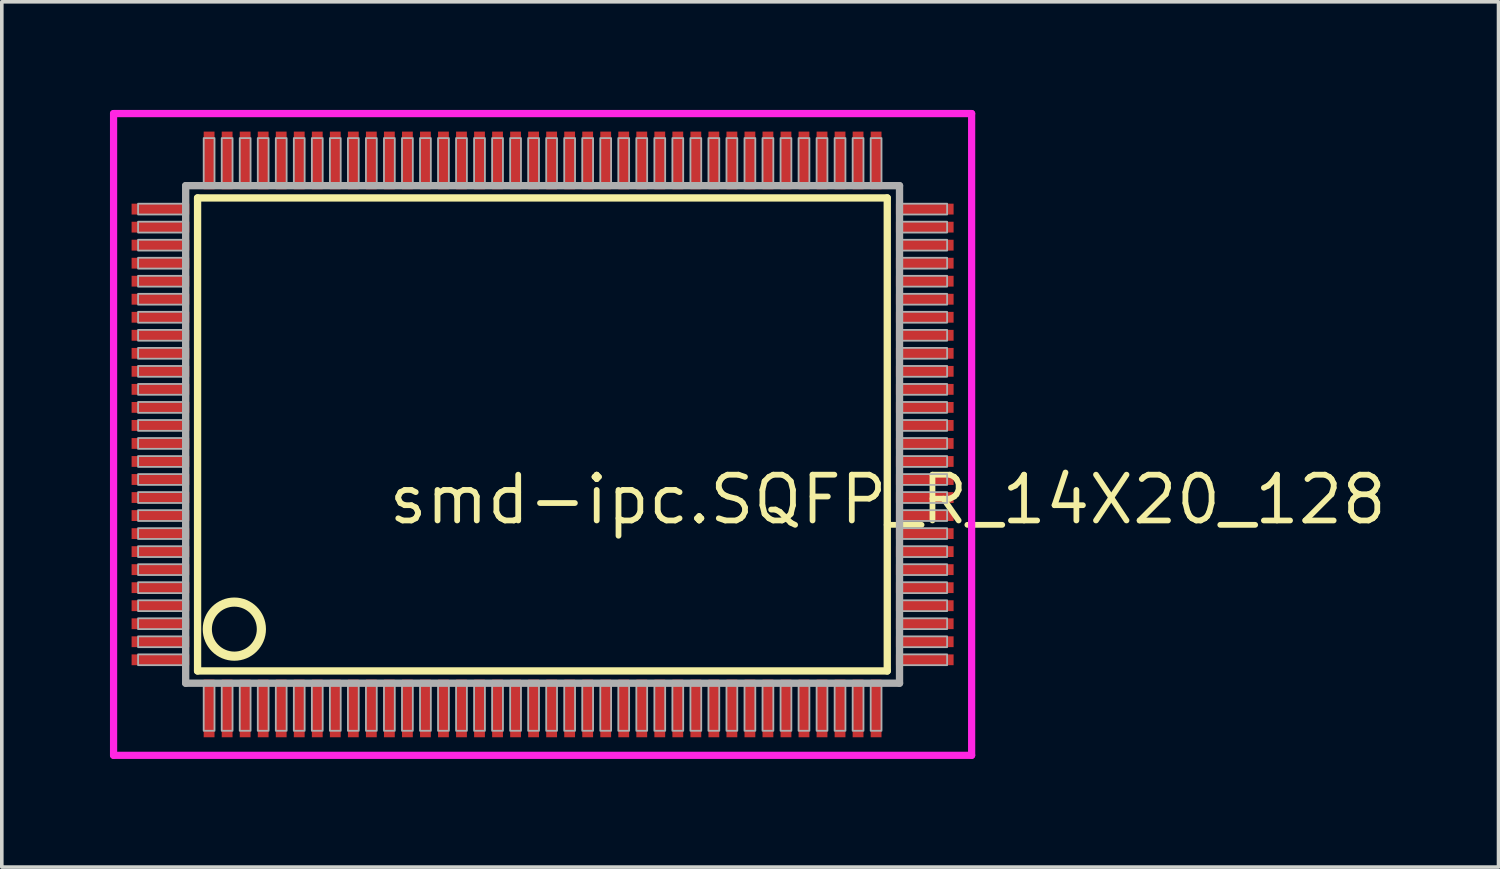
<source format=kicad_pcb>
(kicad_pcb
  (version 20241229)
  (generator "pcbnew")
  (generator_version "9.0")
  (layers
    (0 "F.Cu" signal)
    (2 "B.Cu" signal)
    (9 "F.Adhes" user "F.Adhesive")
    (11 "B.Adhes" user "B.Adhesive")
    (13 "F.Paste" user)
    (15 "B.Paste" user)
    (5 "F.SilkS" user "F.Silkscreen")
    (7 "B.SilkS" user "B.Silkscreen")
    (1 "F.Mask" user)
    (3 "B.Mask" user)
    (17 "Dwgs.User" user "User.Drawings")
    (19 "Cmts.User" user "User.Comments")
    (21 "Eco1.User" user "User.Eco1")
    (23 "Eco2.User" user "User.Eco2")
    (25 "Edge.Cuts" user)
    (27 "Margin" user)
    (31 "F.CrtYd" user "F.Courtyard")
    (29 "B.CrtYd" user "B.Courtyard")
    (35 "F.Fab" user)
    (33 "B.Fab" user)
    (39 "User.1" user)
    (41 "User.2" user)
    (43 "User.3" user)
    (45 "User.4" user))
  (footprint "smd-ipc.SQFP_R_14X20_128"
    (layer "F.Cu")
    (at 12 9)
    (property "Reference" "smd-ipc.SQFP_R_14X20_128" (at -4.35 2.55 0) (layer "F.SilkS") (effects (font (size 1.27 1.27) (thickness 0.16)) (justify left bottom)))
    (attr smd)
    (fp_line (start -9.57 -6.56) (end 9.56 -6.56) (stroke (width 0.203) (type default)) (layer "F.SilkS"))
    (fp_line (start -9.57 6.56) (end -9.57 -6.56) (stroke (width 0.203) (type default)) (layer "F.SilkS"))
    (fp_line (start 9.56 -6.56) (end 9.56 6.56) (stroke (width 0.203) (type default)) (layer "F.SilkS"))
    (fp_line (start 9.56 6.56) (end -9.57 6.56) (stroke (width 0.203) (type default)) (layer "F.SilkS"))
    (fp_circle (center -8.55 5.4) (end -7.8 5.4) (stroke (width 0.254) (type default)) (fill no) (layer "F.SilkS"))
    (fp_line (start -11.9 -8.9) (end 11.9 -8.9) (stroke (width 0.2) (type default)) (layer "F.CrtYd"))
    (fp_line (start -11.9 8.9) (end -11.9 -8.9) (stroke (width 0.2) (type default)) (layer "F.CrtYd"))
    (fp_line (start 11.9 -8.9) (end 11.9 8.9) (stroke (width 0.2) (type default)) (layer "F.CrtYd"))
    (fp_line (start 11.9 8.9) (end -11.9 8.9) (stroke (width 0.2) (type default)) (layer "F.CrtYd"))
    (fp_line (start -9.9 -6.9) (end -9.9 6.9) (stroke (width 0.203) (type default)) (layer "F.Fab"))
    (fp_line (start -9.9 6.9) (end 9.9 6.9) (stroke (width 0.203) (type default)) (layer "F.Fab"))
    (fp_line (start 9.9 -6.9) (end -9.9 -6.9) (stroke (width 0.203) (type default)) (layer "F.Fab"))
    (fp_line (start 9.9 6.9) (end 9.9 -6.9) (stroke (width 0.203) (type default)) (layer "F.Fab"))
    (fp_rect (start -11.22 -6.1) (end -9.95 -6.4) (stroke (width 0.05) (type default)) (fill no) (layer "F.Fab"))
    (fp_rect (start -11.22 -5.6) (end -9.95 -5.9) (stroke (width 0.05) (type default)) (fill no) (layer "F.Fab"))
    (fp_rect (start -11.22 -5.1) (end -9.95 -5.4) (stroke (width 0.05) (type default)) (fill no) (layer "F.Fab"))
    (fp_rect (start -11.22 -4.6) (end -9.95 -4.9) (stroke (width 0.05) (type default)) (fill no) (layer "F.Fab"))
    (fp_rect (start -11.22 -4.1) (end -9.95 -4.4) (stroke (width 0.05) (type default)) (fill no) (layer "F.Fab"))
    (fp_rect (start -11.22 -3.6) (end -9.95 -3.9) (stroke (width 0.05) (type default)) (fill no) (layer "F.Fab"))
    (fp_rect (start -11.22 -3.1) (end -9.95 -3.4) (stroke (width 0.05) (type default)) (fill no) (layer "F.Fab"))
    (fp_rect (start -11.22 -2.6) (end -9.95 -2.9) (stroke (width 0.05) (type default)) (fill no) (layer "F.Fab"))
    (fp_rect (start -11.22 -2.1) (end -9.95 -2.4) (stroke (width 0.05) (type default)) (fill no) (layer "F.Fab"))
    (fp_rect (start -11.22 -1.6) (end -9.95 -1.9) (stroke (width 0.05) (type default)) (fill no) (layer "F.Fab"))
    (fp_rect (start -11.22 -1.1) (end -9.95 -1.4) (stroke (width 0.05) (type default)) (fill no) (layer "F.Fab"))
    (fp_rect (start -11.22 -0.6) (end -9.95 -0.9) (stroke (width 0.05) (type default)) (fill no) (layer "F.Fab"))
    (fp_rect (start -11.22 -0.1) (end -9.95 -0.4) (stroke (width 0.05) (type default)) (fill no) (layer "F.Fab"))
    (fp_rect (start -11.22 0.4) (end -9.95 0.1) (stroke (width 0.05) (type default)) (fill no) (layer "F.Fab"))
    (fp_rect (start -11.22 0.9) (end -9.95 0.6) (stroke (width 0.05) (type default)) (fill no) (layer "F.Fab"))
    (fp_rect (start -11.22 1.4) (end -9.95 1.1) (stroke (width 0.05) (type default)) (fill no) (layer "F.Fab"))
    (fp_rect (start -11.22 1.9) (end -9.95 1.6) (stroke (width 0.05) (type default)) (fill no) (layer "F.Fab"))
    (fp_rect (start -11.22 2.4) (end -9.95 2.1) (stroke (width 0.05) (type default)) (fill no) (layer "F.Fab"))
    (fp_rect (start -11.22 2.9) (end -9.95 2.6) (stroke (width 0.05) (type default)) (fill no) (layer "F.Fab"))
    (fp_rect (start -11.22 3.4) (end -9.95 3.1) (stroke (width 0.05) (type default)) (fill no) (layer "F.Fab"))
    (fp_rect (start -11.22 3.9) (end -9.95 3.6) (stroke (width 0.05) (type default)) (fill no) (layer "F.Fab"))
    (fp_rect (start -11.22 4.4) (end -9.95 4.1) (stroke (width 0.05) (type default)) (fill no) (layer "F.Fab"))
    (fp_rect (start -11.22 4.9) (end -9.95 4.6) (stroke (width 0.05) (type default)) (fill no) (layer "F.Fab"))
    (fp_rect (start -11.22 5.4) (end -9.95 5.1) (stroke (width 0.05) (type default)) (fill no) (layer "F.Fab"))
    (fp_rect (start -11.22 5.9) (end -9.95 5.6) (stroke (width 0.05) (type default)) (fill no) (layer "F.Fab"))
    (fp_rect (start -11.22 6.4) (end -9.95 6.1) (stroke (width 0.05) (type default)) (fill no) (layer "F.Fab"))
    (fp_rect (start -9.4 -6.95) (end -9.1 -8.22) (stroke (width 0.05) (type default)) (fill no) (layer "F.Fab"))
    (fp_rect (start -9.4 8.22) (end -9.1 6.95) (stroke (width 0.05) (type default)) (fill no) (layer "F.Fab"))
    (fp_rect (start -8.9 -6.95) (end -8.6 -8.22) (stroke (width 0.05) (type default)) (fill no) (layer "F.Fab"))
    (fp_rect (start -8.9 8.22) (end -8.6 6.95) (stroke (width 0.05) (type default)) (fill no) (layer "F.Fab"))
    (fp_rect (start -8.4 -6.95) (end -8.1 -8.22) (stroke (width 0.05) (type default)) (fill no) (layer "F.Fab"))
    (fp_rect (start -8.4 8.22) (end -8.1 6.95) (stroke (width 0.05) (type default)) (fill no) (layer "F.Fab"))
    (fp_rect (start -7.9 -6.95) (end -7.6 -8.22) (stroke (width 0.05) (type default)) (fill no) (layer "F.Fab"))
    (fp_rect (start -7.9 8.22) (end -7.6 6.95) (stroke (width 0.05) (type default)) (fill no) (layer "F.Fab"))
    (fp_rect (start -7.4 -6.95) (end -7.1 -8.22) (stroke (width 0.05) (type default)) (fill no) (layer "F.Fab"))
    (fp_rect (start -7.4 8.22) (end -7.1 6.95) (stroke (width 0.05) (type default)) (fill no) (layer "F.Fab"))
    (fp_rect (start -6.9 -6.95) (end -6.6 -8.22) (stroke (width 0.05) (type default)) (fill no) (layer "F.Fab"))
    (fp_rect (start -6.9 8.22) (end -6.6 6.95) (stroke (width 0.05) (type default)) (fill no) (layer "F.Fab"))
    (fp_rect (start -6.4 -6.95) (end -6.1 -8.22) (stroke (width 0.05) (type default)) (fill no) (layer "F.Fab"))
    (fp_rect (start -6.4 8.22) (end -6.1 6.95) (stroke (width 0.05) (type default)) (fill no) (layer "F.Fab"))
    (fp_rect (start -5.9 -6.95) (end -5.6 -8.22) (stroke (width 0.05) (type default)) (fill no) (layer "F.Fab"))
    (fp_rect (start -5.9 8.22) (end -5.6 6.95) (stroke (width 0.05) (type default)) (fill no) (layer "F.Fab"))
    (fp_rect (start -5.4 -6.95) (end -5.1 -8.22) (stroke (width 0.05) (type default)) (fill no) (layer "F.Fab"))
    (fp_rect (start -5.4 8.22) (end -5.1 6.95) (stroke (width 0.05) (type default)) (fill no) (layer "F.Fab"))
    (fp_rect (start -4.9 -6.95) (end -4.6 -8.22) (stroke (width 0.05) (type default)) (fill no) (layer "F.Fab"))
    (fp_rect (start -4.9 8.22) (end -4.6 6.95) (stroke (width 0.05) (type default)) (fill no) (layer "F.Fab"))
    (fp_rect (start -4.4 -6.95) (end -4.1 -8.22) (stroke (width 0.05) (type default)) (fill no) (layer "F.Fab"))
    (fp_rect (start -4.4 8.22) (end -4.1 6.95) (stroke (width 0.05) (type default)) (fill no) (layer "F.Fab"))
    (fp_rect (start -3.9 -6.95) (end -3.6 -8.22) (stroke (width 0.05) (type default)) (fill no) (layer "F.Fab"))
    (fp_rect (start -3.9 8.22) (end -3.6 6.95) (stroke (width 0.05) (type default)) (fill no) (layer "F.Fab"))
    (fp_rect (start -3.4 -6.95) (end -3.1 -8.22) (stroke (width 0.05) (type default)) (fill no) (layer "F.Fab"))
    (fp_rect (start -3.4 8.22) (end -3.1 6.95) (stroke (width 0.05) (type default)) (fill no) (layer "F.Fab"))
    (fp_rect (start -2.9 -6.95) (end -2.6 -8.22) (stroke (width 0.05) (type default)) (fill no) (layer "F.Fab"))
    (fp_rect (start -2.9 8.22) (end -2.6 6.95) (stroke (width 0.05) (type default)) (fill no) (layer "F.Fab"))
    (fp_rect (start -2.4 -6.95) (end -2.1 -8.22) (stroke (width 0.05) (type default)) (fill no) (layer "F.Fab"))
    (fp_rect (start -2.4 8.22) (end -2.1 6.95) (stroke (width 0.05) (type default)) (fill no) (layer "F.Fab"))
    (fp_rect (start -1.9 -6.95) (end -1.6 -8.22) (stroke (width 0.05) (type default)) (fill no) (layer "F.Fab"))
    (fp_rect (start -1.9 8.22) (end -1.6 6.95) (stroke (width 0.05) (type default)) (fill no) (layer "F.Fab"))
    (fp_rect (start -1.4 -6.95) (end -1.1 -8.22) (stroke (width 0.05) (type default)) (fill no) (layer "F.Fab"))
    (fp_rect (start -1.4 8.22) (end -1.1 6.95) (stroke (width 0.05) (type default)) (fill no) (layer "F.Fab"))
    (fp_rect (start -0.9 -6.95) (end -0.6 -8.22) (stroke (width 0.05) (type default)) (fill no) (layer "F.Fab"))
    (fp_rect (start -0.9 8.22) (end -0.6 6.95) (stroke (width 0.05) (type default)) (fill no) (layer "F.Fab"))
    (fp_rect (start -0.4 -6.95) (end -0.1 -8.22) (stroke (width 0.05) (type default)) (fill no) (layer "F.Fab"))
    (fp_rect (start -0.4 8.22) (end -0.1 6.95) (stroke (width 0.05) (type default)) (fill no) (layer "F.Fab"))
    (fp_rect (start 0.1 -6.95) (end 0.4 -8.22) (stroke (width 0.05) (type default)) (fill no) (layer "F.Fab"))
    (fp_rect (start 0.1 8.22) (end 0.4 6.95) (stroke (width 0.05) (type default)) (fill no) (layer "F.Fab"))
    (fp_rect (start 0.6 -6.95) (end 0.9 -8.22) (stroke (width 0.05) (type default)) (fill no) (layer "F.Fab"))
    (fp_rect (start 0.6 8.22) (end 0.9 6.95) (stroke (width 0.05) (type default)) (fill no) (layer "F.Fab"))
    (fp_rect (start 1.1 -6.95) (end 1.4 -8.22) (stroke (width 0.05) (type default)) (fill no) (layer "F.Fab"))
    (fp_rect (start 1.1 8.22) (end 1.4 6.95) (stroke (width 0.05) (type default)) (fill no) (layer "F.Fab"))
    (fp_rect (start 1.6 -6.95) (end 1.9 -8.22) (stroke (width 0.05) (type default)) (fill no) (layer "F.Fab"))
    (fp_rect (start 1.6 8.22) (end 1.9 6.95) (stroke (width 0.05) (type default)) (fill no) (layer "F.Fab"))
    (fp_rect (start 2.1 -6.95) (end 2.4 -8.22) (stroke (width 0.05) (type default)) (fill no) (layer "F.Fab"))
    (fp_rect (start 2.1 8.22) (end 2.4 6.95) (stroke (width 0.05) (type default)) (fill no) (layer "F.Fab"))
    (fp_rect (start 2.6 -6.95) (end 2.9 -8.22) (stroke (width 0.05) (type default)) (fill no) (layer "F.Fab"))
    (fp_rect (start 2.6 8.22) (end 2.9 6.95) (stroke (width 0.05) (type default)) (fill no) (layer "F.Fab"))
    (fp_rect (start 3.1 -6.95) (end 3.4 -8.22) (stroke (width 0.05) (type default)) (fill no) (layer "F.Fab"))
    (fp_rect (start 3.1 8.22) (end 3.4 6.95) (stroke (width 0.05) (type default)) (fill no) (layer "F.Fab"))
    (fp_rect (start 3.6 -6.95) (end 3.9 -8.22) (stroke (width 0.05) (type default)) (fill no) (layer "F.Fab"))
    (fp_rect (start 3.6 8.22) (end 3.9 6.95) (stroke (width 0.05) (type default)) (fill no) (layer "F.Fab"))
    (fp_rect (start 4.1 -6.95) (end 4.4 -8.22) (stroke (width 0.05) (type default)) (fill no) (layer "F.Fab"))
    (fp_rect (start 4.1 8.22) (end 4.4 6.95) (stroke (width 0.05) (type default)) (fill no) (layer "F.Fab"))
    (fp_rect (start 4.6 -6.95) (end 4.9 -8.22) (stroke (width 0.05) (type default)) (fill no) (layer "F.Fab"))
    (fp_rect (start 4.6 8.22) (end 4.9 6.95) (stroke (width 0.05) (type default)) (fill no) (layer "F.Fab"))
    (fp_rect (start 5.1 -6.95) (end 5.4 -8.22) (stroke (width 0.05) (type default)) (fill no) (layer "F.Fab"))
    (fp_rect (start 5.1 8.22) (end 5.4 6.95) (stroke (width 0.05) (type default)) (fill no) (layer "F.Fab"))
    (fp_rect (start 5.6 -6.95) (end 5.9 -8.22) (stroke (width 0.05) (type default)) (fill no) (layer "F.Fab"))
    (fp_rect (start 5.6 8.22) (end 5.9 6.95) (stroke (width 0.05) (type default)) (fill no) (layer "F.Fab"))
    (fp_rect (start 6.1 -6.95) (end 6.4 -8.22) (stroke (width 0.05) (type default)) (fill no) (layer "F.Fab"))
    (fp_rect (start 6.1 8.22) (end 6.4 6.95) (stroke (width 0.05) (type default)) (fill no) (layer "F.Fab"))
    (fp_rect (start 6.6 -6.95) (end 6.9 -8.22) (stroke (width 0.05) (type default)) (fill no) (layer "F.Fab"))
    (fp_rect (start 6.6 8.22) (end 6.9 6.95) (stroke (width 0.05) (type default)) (fill no) (layer "F.Fab"))
    (fp_rect (start 7.1 -6.95) (end 7.4 -8.22) (stroke (width 0.05) (type default)) (fill no) (layer "F.Fab"))
    (fp_rect (start 7.1 8.22) (end 7.4 6.95) (stroke (width 0.05) (type default)) (fill no) (layer "F.Fab"))
    (fp_rect (start 7.6 -6.95) (end 7.9 -8.22) (stroke (width 0.05) (type default)) (fill no) (layer "F.Fab"))
    (fp_rect (start 7.6 8.22) (end 7.9 6.95) (stroke (width 0.05) (type default)) (fill no) (layer "F.Fab"))
    (fp_rect (start 8.1 -6.95) (end 8.4 -8.22) (stroke (width 0.05) (type default)) (fill no) (layer "F.Fab"))
    (fp_rect (start 8.1 8.22) (end 8.4 6.95) (stroke (width 0.05) (type default)) (fill no) (layer "F.Fab"))
    (fp_rect (start 8.6 -6.95) (end 8.9 -8.22) (stroke (width 0.05) (type default)) (fill no) (layer "F.Fab"))
    (fp_rect (start 8.6 8.22) (end 8.9 6.95) (stroke (width 0.05) (type default)) (fill no) (layer "F.Fab"))
    (fp_rect (start 9.1 -6.95) (end 9.4 -8.22) (stroke (width 0.05) (type default)) (fill no) (layer "F.Fab"))
    (fp_rect (start 9.1 8.22) (end 9.4 6.95) (stroke (width 0.05) (type default)) (fill no) (layer "F.Fab"))
    (fp_rect (start 9.95 -6.1) (end 11.22 -6.4) (stroke (width 0.05) (type default)) (fill no) (layer "F.Fab"))
    (fp_rect (start 9.95 -5.6) (end 11.22 -5.9) (stroke (width 0.05) (type default)) (fill no) (layer "F.Fab"))
    (fp_rect (start 9.95 -5.1) (end 11.22 -5.4) (stroke (width 0.05) (type default)) (fill no) (layer "F.Fab"))
    (fp_rect (start 9.95 -4.6) (end 11.22 -4.9) (stroke (width 0.05) (type default)) (fill no) (layer "F.Fab"))
    (fp_rect (start 9.95 -4.1) (end 11.22 -4.4) (stroke (width 0.05) (type default)) (fill no) (layer "F.Fab"))
    (fp_rect (start 9.95 -3.6) (end 11.22 -3.9) (stroke (width 0.05) (type default)) (fill no) (layer "F.Fab"))
    (fp_rect (start 9.95 -3.1) (end 11.22 -3.4) (stroke (width 0.05) (type default)) (fill no) (layer "F.Fab"))
    (fp_rect (start 9.95 -2.6) (end 11.22 -2.9) (stroke (width 0.05) (type default)) (fill no) (layer "F.Fab"))
    (fp_rect (start 9.95 -2.1) (end 11.22 -2.4) (stroke (width 0.05) (type default)) (fill no) (layer "F.Fab"))
    (fp_rect (start 9.95 -1.6) (end 11.22 -1.9) (stroke (width 0.05) (type default)) (fill no) (layer "F.Fab"))
    (fp_rect (start 9.95 -1.1) (end 11.22 -1.4) (stroke (width 0.05) (type default)) (fill no) (layer "F.Fab"))
    (fp_rect (start 9.95 -0.6) (end 11.22 -0.9) (stroke (width 0.05) (type default)) (fill no) (layer "F.Fab"))
    (fp_rect (start 9.95 -0.1) (end 11.22 -0.4) (stroke (width 0.05) (type default)) (fill no) (layer "F.Fab"))
    (fp_rect (start 9.95 0.4) (end 11.22 0.1) (stroke (width 0.05) (type default)) (fill no) (layer "F.Fab"))
    (fp_rect (start 9.95 0.9) (end 11.22 0.6) (stroke (width 0.05) (type default)) (fill no) (layer "F.Fab"))
    (fp_rect (start 9.95 1.4) (end 11.22 1.1) (stroke (width 0.05) (type default)) (fill no) (layer "F.Fab"))
    (fp_rect (start 9.95 1.9) (end 11.22 1.6) (stroke (width 0.05) (type default)) (fill no) (layer "F.Fab"))
    (fp_rect (start 9.95 2.4) (end 11.22 2.1) (stroke (width 0.05) (type default)) (fill no) (layer "F.Fab"))
    (fp_rect (start 9.95 2.9) (end 11.22 2.6) (stroke (width 0.05) (type default)) (fill no) (layer "F.Fab"))
    (fp_rect (start 9.95 3.4) (end 11.22 3.1) (stroke (width 0.05) (type default)) (fill no) (layer "F.Fab"))
    (fp_rect (start 9.95 3.9) (end 11.22 3.6) (stroke (width 0.05) (type default)) (fill no) (layer "F.Fab"))
    (fp_rect (start 9.95 4.4) (end 11.22 4.1) (stroke (width 0.05) (type default)) (fill no) (layer "F.Fab"))
    (fp_rect (start 9.95 4.9) (end 11.22 4.6) (stroke (width 0.05) (type default)) (fill no) (layer "F.Fab"))
    (fp_rect (start 9.95 5.4) (end 11.22 5.1) (stroke (width 0.05) (type default)) (fill no) (layer "F.Fab"))
    (fp_rect (start 9.95 5.9) (end 11.22 5.6) (stroke (width 0.05) (type default)) (fill no) (layer "F.Fab"))
    (fp_rect (start 9.95 6.4) (end 11.22 6.1) (stroke (width 0.05) (type default)) (fill no) (layer "F.Fab"))
    (pad "1" smd roundrect (at -9.25 7.6) (size 0.3 1.6) (layers "F.Cu" "F.Mask" "F.Paste") (roundrect_rratio 0.01))
    (pad "2" smd roundrect (at -8.75 7.6) (size 0.3 1.6) (layers "F.Cu" "F.Mask" "F.Paste") (roundrect_rratio 0.01))
    (pad "3" smd roundrect (at -8.25 7.6) (size 0.3 1.6) (layers "F.Cu" "F.Mask" "F.Paste") (roundrect_rratio 0.01))
    (pad "4" smd roundrect (at -7.75 7.6) (size 0.3 1.6) (layers "F.Cu" "F.Mask" "F.Paste") (roundrect_rratio 0.01))
    (pad "5" smd roundrect (at -7.25 7.6) (size 0.3 1.6) (layers "F.Cu" "F.Mask" "F.Paste") (roundrect_rratio 0.01))
    (pad "6" smd roundrect (at -6.75 7.6) (size 0.3 1.6) (layers "F.Cu" "F.Mask" "F.Paste") (roundrect_rratio 0.01))
    (pad "7" smd roundrect (at -6.25 7.6) (size 0.3 1.6) (layers "F.Cu" "F.Mask" "F.Paste") (roundrect_rratio 0.01))
    (pad "8" smd roundrect (at -5.75 7.6) (size 0.3 1.6) (layers "F.Cu" "F.Mask" "F.Paste") (roundrect_rratio 0.01))
    (pad "9" smd roundrect (at -5.25 7.6) (size 0.3 1.6) (layers "F.Cu" "F.Mask" "F.Paste") (roundrect_rratio 0.01))
    (pad "10" smd roundrect (at -4.75 7.6) (size 0.3 1.6) (layers "F.Cu" "F.Mask" "F.Paste") (roundrect_rratio 0.01))
    (pad "11" smd roundrect (at -4.25 7.6) (size 0.3 1.6) (layers "F.Cu" "F.Mask" "F.Paste") (roundrect_rratio 0.01))
    (pad "12" smd roundrect (at -3.75 7.6) (size 0.3 1.6) (layers "F.Cu" "F.Mask" "F.Paste") (roundrect_rratio 0.01))
    (pad "13" smd roundrect (at -3.25 7.6) (size 0.3 1.6) (layers "F.Cu" "F.Mask" "F.Paste") (roundrect_rratio 0.01))
    (pad "14" smd roundrect (at -2.75 7.6) (size 0.3 1.6) (layers "F.Cu" "F.Mask" "F.Paste") (roundrect_rratio 0.01))
    (pad "15" smd roundrect (at -2.25 7.6) (size 0.3 1.6) (layers "F.Cu" "F.Mask" "F.Paste") (roundrect_rratio 0.01))
    (pad "16" smd roundrect (at -1.75 7.6) (size 0.3 1.6) (layers "F.Cu" "F.Mask" "F.Paste") (roundrect_rratio 0.01))
    (pad "17" smd roundrect (at -1.25 7.6) (size 0.3 1.6) (layers "F.Cu" "F.Mask" "F.Paste") (roundrect_rratio 0.01))
    (pad "18" smd roundrect (at -0.75 7.6) (size 0.3 1.6) (layers "F.Cu" "F.Mask" "F.Paste") (roundrect_rratio 0.01))
    (pad "19" smd roundrect (at -0.25 7.6) (size 0.3 1.6) (layers "F.Cu" "F.Mask" "F.Paste") (roundrect_rratio 0.01))
    (pad "20" smd roundrect (at 0.25 7.6) (size 0.3 1.6) (layers "F.Cu" "F.Mask" "F.Paste") (roundrect_rratio 0.01))
    (pad "21" smd roundrect (at 0.75 7.6) (size 0.3 1.6) (layers "F.Cu" "F.Mask" "F.Paste") (roundrect_rratio 0.01))
    (pad "22" smd roundrect (at 1.25 7.6) (size 0.3 1.6) (layers "F.Cu" "F.Mask" "F.Paste") (roundrect_rratio 0.01))
    (pad "23" smd roundrect (at 1.75 7.6) (size 0.3 1.6) (layers "F.Cu" "F.Mask" "F.Paste") (roundrect_rratio 0.01))
    (pad "24" smd roundrect (at 2.25 7.6) (size 0.3 1.6) (layers "F.Cu" "F.Mask" "F.Paste") (roundrect_rratio 0.01))
    (pad "25" smd roundrect (at 2.75 7.6) (size 0.3 1.6) (layers "F.Cu" "F.Mask" "F.Paste") (roundrect_rratio 0.01))
    (pad "26" smd roundrect (at 3.25 7.6) (size 0.3 1.6) (layers "F.Cu" "F.Mask" "F.Paste") (roundrect_rratio 0.01))
    (pad "27" smd roundrect (at 3.75 7.6) (size 0.3 1.6) (layers "F.Cu" "F.Mask" "F.Paste") (roundrect_rratio 0.01))
    (pad "28" smd roundrect (at 4.25 7.6) (size 0.3 1.6) (layers "F.Cu" "F.Mask" "F.Paste") (roundrect_rratio 0.01))
    (pad "29" smd roundrect (at 4.75 7.6) (size 0.3 1.6) (layers "F.Cu" "F.Mask" "F.Paste") (roundrect_rratio 0.01))
    (pad "30" smd roundrect (at 5.25 7.6) (size 0.3 1.6) (layers "F.Cu" "F.Mask" "F.Paste") (roundrect_rratio 0.01))
    (pad "31" smd roundrect (at 5.75 7.6) (size 0.3 1.6) (layers "F.Cu" "F.Mask" "F.Paste") (roundrect_rratio 0.01))
    (pad "32" smd roundrect (at 6.25 7.6) (size 0.3 1.6) (layers "F.Cu" "F.Mask" "F.Paste") (roundrect_rratio 0.01))
    (pad "33" smd roundrect (at 6.75 7.6) (size 0.3 1.6) (layers "F.Cu" "F.Mask" "F.Paste") (roundrect_rratio 0.01))
    (pad "34" smd roundrect (at 7.25 7.6) (size 0.3 1.6) (layers "F.Cu" "F.Mask" "F.Paste") (roundrect_rratio 0.01))
    (pad "35" smd roundrect (at 7.75 7.6) (size 0.3 1.6) (layers "F.Cu" "F.Mask" "F.Paste") (roundrect_rratio 0.01))
    (pad "36" smd roundrect (at 8.25 7.6) (size 0.3 1.6) (layers "F.Cu" "F.Mask" "F.Paste") (roundrect_rratio 0.01))
    (pad "37" smd roundrect (at 8.75 7.6) (size 0.3 1.6) (layers "F.Cu" "F.Mask" "F.Paste") (roundrect_rratio 0.01))
    (pad "38" smd roundrect (at 9.25 7.6) (size 0.3 1.6) (layers "F.Cu" "F.Mask" "F.Paste") (roundrect_rratio 0.01))
    (pad "39" smd roundrect (at 10.6 6.25) (size 1.6 0.3) (layers "F.Cu" "F.Mask" "F.Paste") (roundrect_rratio 0.01))
    (pad "40" smd roundrect (at 10.6 5.75) (size 1.6 0.3) (layers "F.Cu" "F.Mask" "F.Paste") (roundrect_rratio 0.01))
    (pad "41" smd roundrect (at 10.6 5.25) (size 1.6 0.3) (layers "F.Cu" "F.Mask" "F.Paste") (roundrect_rratio 0.01))
    (pad "42" smd roundrect (at 10.6 4.75) (size 1.6 0.3) (layers "F.Cu" "F.Mask" "F.Paste") (roundrect_rratio 0.01))
    (pad "43" smd roundrect (at 10.6 4.25) (size 1.6 0.3) (layers "F.Cu" "F.Mask" "F.Paste") (roundrect_rratio 0.01))
    (pad "44" smd roundrect (at 10.6 3.75) (size 1.6 0.3) (layers "F.Cu" "F.Mask" "F.Paste") (roundrect_rratio 0.01))
    (pad "45" smd roundrect (at 10.6 3.25) (size 1.6 0.3) (layers "F.Cu" "F.Mask" "F.Paste") (roundrect_rratio 0.01))
    (pad "46" smd roundrect (at 10.6 2.75) (size 1.6 0.3) (layers "F.Cu" "F.Mask" "F.Paste") (roundrect_rratio 0.01))
    (pad "47" smd roundrect (at 10.6 2.25) (size 1.6 0.3) (layers "F.Cu" "F.Mask" "F.Paste") (roundrect_rratio 0.01))
    (pad "48" smd roundrect (at 10.6 1.75) (size 1.6 0.3) (layers "F.Cu" "F.Mask" "F.Paste") (roundrect_rratio 0.01))
    (pad "49" smd roundrect (at 10.6 1.25) (size 1.6 0.3) (layers "F.Cu" "F.Mask" "F.Paste") (roundrect_rratio 0.01))
    (pad "50" smd roundrect (at 10.6 0.75) (size 1.6 0.3) (layers "F.Cu" "F.Mask" "F.Paste") (roundrect_rratio 0.01))
    (pad "51" smd roundrect (at 10.6 0.25) (size 1.6 0.3) (layers "F.Cu" "F.Mask" "F.Paste") (roundrect_rratio 0.01))
    (pad "52" smd roundrect (at 10.6 -0.25) (size 1.6 0.3) (layers "F.Cu" "F.Mask" "F.Paste") (roundrect_rratio 0.01))
    (pad "53" smd roundrect (at 10.6 -0.75) (size 1.6 0.3) (layers "F.Cu" "F.Mask" "F.Paste") (roundrect_rratio 0.01))
    (pad "54" smd roundrect (at 10.6 -1.25) (size 1.6 0.3) (layers "F.Cu" "F.Mask" "F.Paste") (roundrect_rratio 0.01))
    (pad "55" smd roundrect (at 10.6 -1.75) (size 1.6 0.3) (layers "F.Cu" "F.Mask" "F.Paste") (roundrect_rratio 0.01))
    (pad "56" smd roundrect (at 10.6 -2.25) (size 1.6 0.3) (layers "F.Cu" "F.Mask" "F.Paste") (roundrect_rratio 0.01))
    (pad "57" smd roundrect (at 10.6 -2.75) (size 1.6 0.3) (layers "F.Cu" "F.Mask" "F.Paste") (roundrect_rratio 0.01))
    (pad "58" smd roundrect (at 10.6 -3.25) (size 1.6 0.3) (layers "F.Cu" "F.Mask" "F.Paste") (roundrect_rratio 0.01))
    (pad "59" smd roundrect (at 10.6 -3.75) (size 1.6 0.3) (layers "F.Cu" "F.Mask" "F.Paste") (roundrect_rratio 0.01))
    (pad "60" smd roundrect (at 10.6 -4.25) (size 1.6 0.3) (layers "F.Cu" "F.Mask" "F.Paste") (roundrect_rratio 0.01))
    (pad "61" smd roundrect (at 10.6 -4.75) (size 1.6 0.3) (layers "F.Cu" "F.Mask" "F.Paste") (roundrect_rratio 0.01))
    (pad "62" smd roundrect (at 10.6 -5.25) (size 1.6 0.3) (layers "F.Cu" "F.Mask" "F.Paste") (roundrect_rratio 0.01))
    (pad "63" smd roundrect (at 10.6 -5.75) (size 1.6 0.3) (layers "F.Cu" "F.Mask" "F.Paste") (roundrect_rratio 0.01))
    (pad "64" smd roundrect (at 10.6 -6.25) (size 1.6 0.3) (layers "F.Cu" "F.Mask" "F.Paste") (roundrect_rratio 0.01))
    (pad "65" smd roundrect (at 9.25 -7.6) (size 0.3 1.6) (layers "F.Cu" "F.Mask" "F.Paste") (roundrect_rratio 0.01))
    (pad "66" smd roundrect (at 8.75 -7.6) (size 0.3 1.6) (layers "F.Cu" "F.Mask" "F.Paste") (roundrect_rratio 0.01))
    (pad "67" smd roundrect (at 8.25 -7.6) (size 0.3 1.6) (layers "F.Cu" "F.Mask" "F.Paste") (roundrect_rratio 0.01))
    (pad "68" smd roundrect (at 7.75 -7.6) (size 0.3 1.6) (layers "F.Cu" "F.Mask" "F.Paste") (roundrect_rratio 0.01))
    (pad "69" smd roundrect (at 7.25 -7.6) (size 0.3 1.6) (layers "F.Cu" "F.Mask" "F.Paste") (roundrect_rratio 0.01))
    (pad "70" smd roundrect (at 6.75 -7.6) (size 0.3 1.6) (layers "F.Cu" "F.Mask" "F.Paste") (roundrect_rratio 0.01))
    (pad "71" smd roundrect (at 6.25 -7.6) (size 0.3 1.6) (layers "F.Cu" "F.Mask" "F.Paste") (roundrect_rratio 0.01))
    (pad "72" smd roundrect (at 5.75 -7.6) (size 0.3 1.6) (layers "F.Cu" "F.Mask" "F.Paste") (roundrect_rratio 0.01))
    (pad "73" smd roundrect (at 5.25 -7.6) (size 0.3 1.6) (layers "F.Cu" "F.Mask" "F.Paste") (roundrect_rratio 0.01))
    (pad "74" smd roundrect (at 4.75 -7.6) (size 0.3 1.6) (layers "F.Cu" "F.Mask" "F.Paste") (roundrect_rratio 0.01))
    (pad "75" smd roundrect (at 4.25 -7.6) (size 0.3 1.6) (layers "F.Cu" "F.Mask" "F.Paste") (roundrect_rratio 0.01))
    (pad "76" smd roundrect (at 3.75 -7.6) (size 0.3 1.6) (layers "F.Cu" "F.Mask" "F.Paste") (roundrect_rratio 0.01))
    (pad "77" smd roundrect (at 3.25 -7.6) (size 0.3 1.6) (layers "F.Cu" "F.Mask" "F.Paste") (roundrect_rratio 0.01))
    (pad "78" smd roundrect (at 2.75 -7.6) (size 0.3 1.6) (layers "F.Cu" "F.Mask" "F.Paste") (roundrect_rratio 0.01))
    (pad "79" smd roundrect (at 2.25 -7.6) (size 0.3 1.6) (layers "F.Cu" "F.Mask" "F.Paste") (roundrect_rratio 0.01))
    (pad "80" smd roundrect (at 1.75 -7.6) (size 0.3 1.6) (layers "F.Cu" "F.Mask" "F.Paste") (roundrect_rratio 0.01))
    (pad "81" smd roundrect (at 1.25 -7.6) (size 0.3 1.6) (layers "F.Cu" "F.Mask" "F.Paste") (roundrect_rratio 0.01))
    (pad "82" smd roundrect (at 0.75 -7.6) (size 0.3 1.6) (layers "F.Cu" "F.Mask" "F.Paste") (roundrect_rratio 0.01))
    (pad "83" smd roundrect (at 0.25 -7.6) (size 0.3 1.6) (layers "F.Cu" "F.Mask" "F.Paste") (roundrect_rratio 0.01))
    (pad "84" smd roundrect (at -0.25 -7.6) (size 0.3 1.6) (layers "F.Cu" "F.Mask" "F.Paste") (roundrect_rratio 0.01))
    (pad "85" smd roundrect (at -0.75 -7.6) (size 0.3 1.6) (layers "F.Cu" "F.Mask" "F.Paste") (roundrect_rratio 0.01))
    (pad "86" smd roundrect (at -1.25 -7.6) (size 0.3 1.6) (layers "F.Cu" "F.Mask" "F.Paste") (roundrect_rratio 0.01))
    (pad "87" smd roundrect (at -1.75 -7.6) (size 0.3 1.6) (layers "F.Cu" "F.Mask" "F.Paste") (roundrect_rratio 0.01))
    (pad "88" smd roundrect (at -2.25 -7.6) (size 0.3 1.6) (layers "F.Cu" "F.Mask" "F.Paste") (roundrect_rratio 0.01))
    (pad "89" smd roundrect (at -2.75 -7.6) (size 0.3 1.6) (layers "F.Cu" "F.Mask" "F.Paste") (roundrect_rratio 0.01))
    (pad "90" smd roundrect (at -3.25 -7.6) (size 0.3 1.6) (layers "F.Cu" "F.Mask" "F.Paste") (roundrect_rratio 0.01))
    (pad "91" smd roundrect (at -3.75 -7.6) (size 0.3 1.6) (layers "F.Cu" "F.Mask" "F.Paste") (roundrect_rratio 0.01))
    (pad "92" smd roundrect (at -4.25 -7.6) (size 0.3 1.6) (layers "F.Cu" "F.Mask" "F.Paste") (roundrect_rratio 0.01))
    (pad "93" smd roundrect (at -4.75 -7.6) (size 0.3 1.6) (layers "F.Cu" "F.Mask" "F.Paste") (roundrect_rratio 0.01))
    (pad "94" smd roundrect (at -5.25 -7.6) (size 0.3 1.6) (layers "F.Cu" "F.Mask" "F.Paste") (roundrect_rratio 0.01))
    (pad "95" smd roundrect (at -5.75 -7.6) (size 0.3 1.6) (layers "F.Cu" "F.Mask" "F.Paste") (roundrect_rratio 0.01))
    (pad "96" smd roundrect (at -6.25 -7.6) (size 0.3 1.6) (layers "F.Cu" "F.Mask" "F.Paste") (roundrect_rratio 0.01))
    (pad "97" smd roundrect (at -6.75 -7.6) (size 0.3 1.6) (layers "F.Cu" "F.Mask" "F.Paste") (roundrect_rratio 0.01))
    (pad "98" smd roundrect (at -7.25 -7.6) (size 0.3 1.6) (layers "F.Cu" "F.Mask" "F.Paste") (roundrect_rratio 0.01))
    (pad "99" smd roundrect (at -7.75 -7.6) (size 0.3 1.6) (layers "F.Cu" "F.Mask" "F.Paste") (roundrect_rratio 0.01))
    (pad "100" smd roundrect (at -8.25 -7.6) (size 0.3 1.6) (layers "F.Cu" "F.Mask" "F.Paste") (roundrect_rratio 0.01))
    (pad "101" smd roundrect (at -8.75 -7.6) (size 0.3 1.6) (layers "F.Cu" "F.Mask" "F.Paste") (roundrect_rratio 0.01))
    (pad "102" smd roundrect (at -9.25 -7.6) (size 0.3 1.6) (layers "F.Cu" "F.Mask" "F.Paste") (roundrect_rratio 0.01))
    (pad "103" smd roundrect (at -10.6 -6.25) (size 1.6 0.3) (layers "F.Cu" "F.Mask" "F.Paste") (roundrect_rratio 0.01))
    (pad "104" smd roundrect (at -10.6 -5.75) (size 1.6 0.3) (layers "F.Cu" "F.Mask" "F.Paste") (roundrect_rratio 0.01))
    (pad "105" smd roundrect (at -10.6 -5.25) (size 1.6 0.3) (layers "F.Cu" "F.Mask" "F.Paste") (roundrect_rratio 0.01))
    (pad "106" smd roundrect (at -10.6 -4.75) (size 1.6 0.3) (layers "F.Cu" "F.Mask" "F.Paste") (roundrect_rratio 0.01))
    (pad "107" smd roundrect (at -10.6 -4.25) (size 1.6 0.3) (layers "F.Cu" "F.Mask" "F.Paste") (roundrect_rratio 0.01))
    (pad "108" smd roundrect (at -10.6 -3.75) (size 1.6 0.3) (layers "F.Cu" "F.Mask" "F.Paste") (roundrect_rratio 0.01))
    (pad "109" smd roundrect (at -10.6 -3.25) (size 1.6 0.3) (layers "F.Cu" "F.Mask" "F.Paste") (roundrect_rratio 0.01))
    (pad "110" smd roundrect (at -10.6 -2.75) (size 1.6 0.3) (layers "F.Cu" "F.Mask" "F.Paste") (roundrect_rratio 0.01))
    (pad "111" smd roundrect (at -10.6 -2.25) (size 1.6 0.3) (layers "F.Cu" "F.Mask" "F.Paste") (roundrect_rratio 0.01))
    (pad "112" smd roundrect (at -10.6 -1.75) (size 1.6 0.3) (layers "F.Cu" "F.Mask" "F.Paste") (roundrect_rratio 0.01))
    (pad "113" smd roundrect (at -10.6 -1.25) (size 1.6 0.3) (layers "F.Cu" "F.Mask" "F.Paste") (roundrect_rratio 0.01))
    (pad "114" smd roundrect (at -10.6 -0.75) (size 1.6 0.3) (layers "F.Cu" "F.Mask" "F.Paste") (roundrect_rratio 0.01))
    (pad "115" smd roundrect (at -10.6 -0.25) (size 1.6 0.3) (layers "F.Cu" "F.Mask" "F.Paste") (roundrect_rratio 0.01))
    (pad "116" smd roundrect (at -10.6 0.25) (size 1.6 0.3) (layers "F.Cu" "F.Mask" "F.Paste") (roundrect_rratio 0.01))
    (pad "117" smd roundrect (at -10.6 0.75) (size 1.6 0.3) (layers "F.Cu" "F.Mask" "F.Paste") (roundrect_rratio 0.01))
    (pad "118" smd roundrect (at -10.6 1.25) (size 1.6 0.3) (layers "F.Cu" "F.Mask" "F.Paste") (roundrect_rratio 0.01))
    (pad "119" smd roundrect (at -10.6 1.75) (size 1.6 0.3) (layers "F.Cu" "F.Mask" "F.Paste") (roundrect_rratio 0.01))
    (pad "120" smd roundrect (at -10.6 2.25) (size 1.6 0.3) (layers "F.Cu" "F.Mask" "F.Paste") (roundrect_rratio 0.01))
    (pad "121" smd roundrect (at -10.6 2.75) (size 1.6 0.3) (layers "F.Cu" "F.Mask" "F.Paste") (roundrect_rratio 0.01))
    (pad "122" smd roundrect (at -10.6 3.25) (size 1.6 0.3) (layers "F.Cu" "F.Mask" "F.Paste") (roundrect_rratio 0.01))
    (pad "123" smd roundrect (at -10.6 3.75) (size 1.6 0.3) (layers "F.Cu" "F.Mask" "F.Paste") (roundrect_rratio 0.01))
    (pad "124" smd roundrect (at -10.6 4.25) (size 1.6 0.3) (layers "F.Cu" "F.Mask" "F.Paste") (roundrect_rratio 0.01))
    (pad "125" smd roundrect (at -10.6 4.75) (size 1.6 0.3) (layers "F.Cu" "F.Mask" "F.Paste") (roundrect_rratio 0.01))
    (pad "126" smd roundrect (at -10.6 5.25) (size 1.6 0.3) (layers "F.Cu" "F.Mask" "F.Paste") (roundrect_rratio 0.01))
    (pad "127" smd roundrect (at -10.6 5.75) (size 1.6 0.3) (layers "F.Cu" "F.Mask" "F.Paste") (roundrect_rratio 0.01))
    (pad "128" smd roundrect (at -10.6 6.25) (size 1.6 0.3) (layers "F.Cu" "F.Mask" "F.Paste") (roundrect_rratio 0.01)))
  (gr_rect
    (start -3 -3)
    (end 38.514 21)
    (stroke (width 0.1) (type default))
    (fill no)
    (layer "Edge.Cuts")))
</source>
